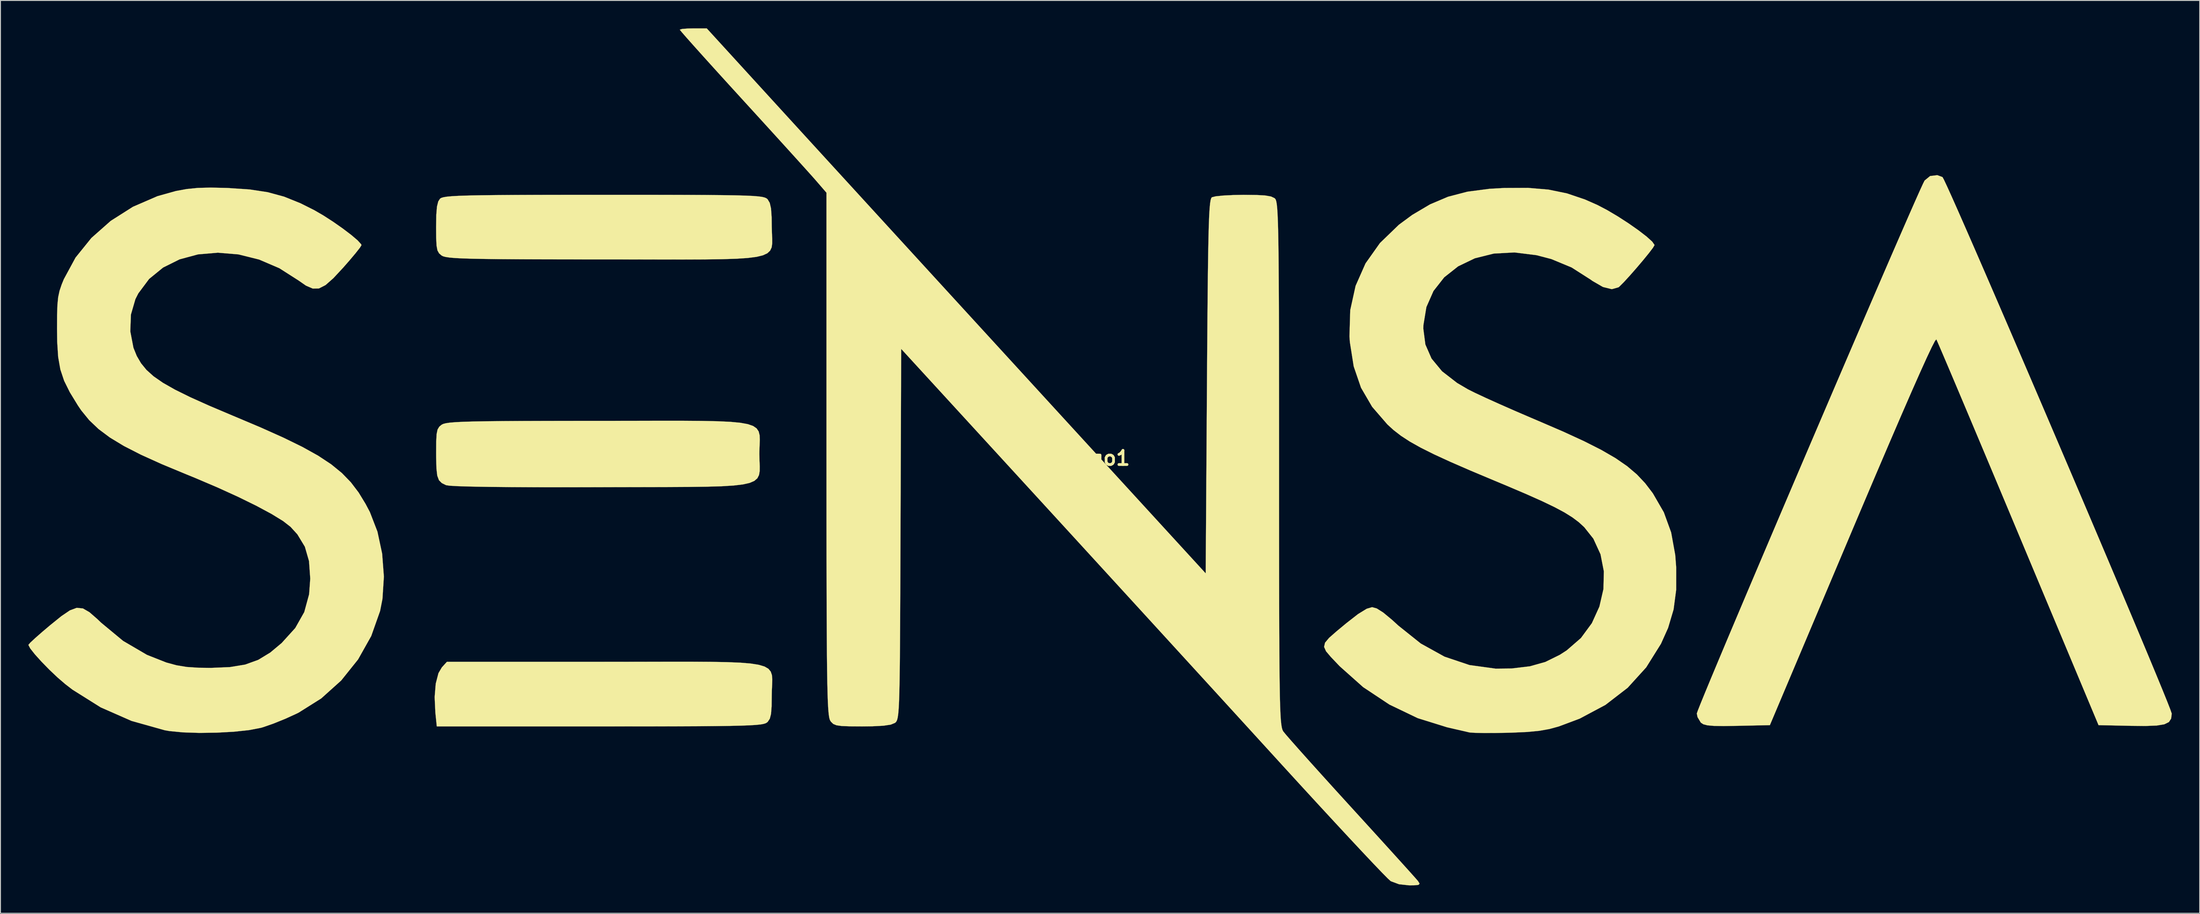
<source format=kicad_pcb>
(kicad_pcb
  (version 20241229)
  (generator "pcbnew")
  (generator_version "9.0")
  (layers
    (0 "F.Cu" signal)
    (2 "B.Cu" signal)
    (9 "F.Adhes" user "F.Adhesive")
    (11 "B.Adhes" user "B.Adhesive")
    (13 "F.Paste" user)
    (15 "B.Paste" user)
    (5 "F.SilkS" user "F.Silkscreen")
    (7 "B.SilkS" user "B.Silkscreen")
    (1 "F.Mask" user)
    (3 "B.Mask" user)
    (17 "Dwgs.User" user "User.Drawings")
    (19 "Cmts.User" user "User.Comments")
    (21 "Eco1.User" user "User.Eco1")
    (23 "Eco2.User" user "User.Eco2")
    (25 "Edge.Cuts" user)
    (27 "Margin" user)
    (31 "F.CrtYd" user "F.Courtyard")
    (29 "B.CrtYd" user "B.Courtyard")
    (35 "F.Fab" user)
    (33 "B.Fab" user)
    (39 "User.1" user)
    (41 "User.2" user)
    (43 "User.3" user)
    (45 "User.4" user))
  (footprint "logo1"
    (layer "F.Cu")
    (at 115.227 46.26)
    (property "Reference" "logo1" (at 0 0 0) (layer "F.SilkS") (effects (font (size 1.524 1.524) (thickness 0.3))))
    (attr through_hole)
    (fp_poly (pts (xy -41.902 21.926) (xy -40.112 21.958) (xy -38.671 22.017) (xy -37.542 22.111) (xy -36.688 22.247) (xy -36.071 22.432) (xy -35.655 22.673) (xy -35.403 22.979) (xy -35.276 23.356) (xy -35.239 23.812) (xy -35.254 24.354) (xy -35.283 24.99) (xy -35.293 25.492) (xy -35.31 26.722) (xy -35.373 27.534) (xy -35.503 28.046) (xy -35.719 28.373) (xy -35.782 28.433) (xy -35.916 28.522) (xy -36.133 28.598) (xy -36.472 28.663) (xy -36.973 28.716) (xy -37.672 28.76) (xy -38.61 28.795) (xy -39.825 28.823) (xy -41.355 28.843) (xy -43.239 28.858) (xy -45.517 28.867) (xy -48.226 28.873) (xy -51.405 28.875) (xy -53.792 28.876) (xy -71.313 28.876) (xy -71.467 27.375) (xy -71.543 25.723) (xy -71.426 24.276) (xy -71.133 23.143) (xy -70.771 22.526) (xy -70.225 21.924) (xy -53.293 21.924) (xy -49.736 21.921) (xy -46.677 21.915) (xy -44.077 21.914) (xy -41.902 21.926)) (stroke (width 0.01) (type solid)) (fill yes) (layer "F.SilkS"))
    (fp_poly (pts (xy -44.95 -4.02) (xy -42.843 -4.006) (xy -41.119 -3.97) (xy -39.741 -3.906) (xy -38.67 -3.805) (xy -37.868 -3.658) (xy -37.299 -3.46) (xy -36.923 -3.2) (xy -36.703 -2.873) (xy -36.601 -2.469) (xy -36.58 -1.982) (xy -36.601 -1.403) (xy -36.626 -0.725) (xy -36.629 -0.442) (xy -36.613 0.269) (xy -36.587 0.878) (xy -36.592 1.392) (xy -36.665 1.821) (xy -36.843 2.171) (xy -37.167 2.451) (xy -37.672 2.669) (xy -38.398 2.832) (xy -39.383 2.949) (xy -40.665 3.028) (xy -42.282 3.076) (xy -44.272 3.102) (xy -46.674 3.114) (xy -49.525 3.119) (xy -52.864 3.125) (xy -53.702 3.128) (xy -57.322 3.135) (xy -60.539 3.132) (xy -63.334 3.119) (xy -65.687 3.097) (xy -67.582 3.064) (xy -68.997 3.022) (xy -69.915 2.971) (xy -70.31 2.914) (xy -70.773 2.686) (xy -71.079 2.379) (xy -71.262 1.888) (xy -71.351 1.109) (xy -71.381 -0.064) (xy -71.383 -0.586) (xy -71.375 -1.798) (xy -71.331 -2.59) (xy -71.228 -3.081) (xy -71.044 -3.386) (xy -70.793 -3.594) (xy -70.619 -3.681) (xy -70.339 -3.755) (xy -69.912 -3.818) (xy -69.298 -3.869) (xy -68.458 -3.911) (xy -67.352 -3.944) (xy -65.939 -3.969) (xy -64.179 -3.987) (xy -62.033 -3.999) (xy -59.461 -4.006) (xy -56.423 -4.01) (xy -53.949 -4.011) (xy -50.465 -4.014) (xy -47.478 -4.02) (xy -44.95 -4.02)) (stroke (width 0.01) (type solid)) (fill yes) (layer "F.SilkS"))
    (fp_poly (pts (xy -49.902 -28.34) (xy -46.938 -28.338) (xy -44.429 -28.332) (xy -42.337 -28.322) (xy -40.622 -28.307) (xy -39.245 -28.286) (xy -38.166 -28.257) (xy -37.345 -28.22) (xy -36.745 -28.173) (xy -36.324 -28.116) (xy -36.045 -28.046) (xy -35.866 -27.964) (xy -35.75 -27.868) (xy -35.735 -27.852) (xy -35.51 -27.471) (xy -35.372 -26.863) (xy -35.306 -25.916) (xy -35.293 -24.911) (xy -35.275 -24.215) (xy -35.246 -23.616) (xy -35.245 -23.108) (xy -35.306 -22.682) (xy -35.469 -22.332) (xy -35.769 -22.05) (xy -36.244 -21.829) (xy -36.932 -21.662) (xy -37.869 -21.542) (xy -39.092 -21.461) (xy -40.639 -21.411) (xy -42.547 -21.386) (xy -44.853 -21.379) (xy -47.593 -21.382) (xy -50.806 -21.388) (xy -53.281 -21.389) (xy -56.749 -21.391) (xy -59.722 -21.395) (xy -62.238 -21.403) (xy -64.337 -21.416) (xy -66.058 -21.435) (xy -67.439 -21.461) (xy -68.521 -21.494) (xy -69.341 -21.536) (xy -69.94 -21.587) (xy -70.356 -21.649) (xy -70.629 -21.723) (xy -70.793 -21.806) (xy -71.067 -22.041) (xy -71.241 -22.357) (xy -71.338 -22.871) (xy -71.379 -23.697) (xy -71.387 -24.861) (xy -71.366 -26.183) (xy -71.294 -27.071) (xy -71.157 -27.625) (xy -70.967 -27.921) (xy -70.837 -28.006) (xy -70.604 -28.079) (xy -70.231 -28.141) (xy -69.677 -28.192) (xy -68.906 -28.234) (xy -67.878 -28.268) (xy -66.554 -28.294) (xy -64.897 -28.313) (xy -62.868 -28.326) (xy -60.428 -28.335) (xy -57.538 -28.339) (xy -54.161 -28.341) (xy -53.362 -28.341) (xy -49.902 -28.34)) (stroke (width 0.01) (type solid)) (fill yes) (layer "F.SilkS"))
    (fp_poly (pts (xy 90.585 -30.251) (xy 90.735 -29.98) (xy 91.076 -29.253) (xy 91.594 -28.109) (xy 92.271 -26.584) (xy 93.091 -24.716) (xy 94.04 -22.542) (xy 95.1 -20.1) (xy 96.256 -17.427) (xy 97.492 -14.561) (xy 98.791 -11.539) (xy 100.139 -8.398) (xy 101.518 -5.177) (xy 102.913 -1.911) (xy 104.308 1.36) (xy 105.688 4.6) (xy 107.035 7.772) (xy 108.334 10.838) (xy 109.569 13.76) (xy 110.724 16.501) (xy 111.783 19.024) (xy 112.731 21.291) (xy 113.55 23.265) (xy 114.226 24.908) (xy 114.742 26.183) (xy 115.082 27.053) (xy 115.23 27.48) (xy 115.236 27.511) (xy 115.172 28.034) (xy 114.931 28.407) (xy 114.441 28.649) (xy 113.631 28.784) (xy 112.428 28.831) (xy 110.872 28.817) (xy 107.364 28.742) (xy 98.753 8.155) (xy 97.435 5.005) (xy 96.173 1.994) (xy 94.983 -0.842) (xy 93.88 -3.465) (xy 92.881 -5.838) (xy 92.001 -7.925) (xy 91.255 -9.688) (xy 90.658 -11.091) (xy 90.228 -12.096) (xy 89.978 -12.667) (xy 89.922 -12.785) (xy 89.777 -12.611) (xy 89.433 -11.949) (xy 88.894 -10.807) (xy 88.164 -9.193) (xy 87.245 -7.115) (xy 86.142 -4.579) (xy 84.857 -1.593) (xy 83.393 1.834) (xy 81.755 5.696) (xy 80.865 7.802) (xy 72.027 28.742) (xy 68.526 28.817) (xy 67.042 28.838) (xy 66 28.822) (xy 65.309 28.762) (xy 64.875 28.649) (xy 64.607 28.474) (xy 64.596 28.463) (xy 64.246 27.879) (xy 64.168 27.487) (xy 64.272 27.184) (xy 64.571 26.427) (xy 65.049 25.255) (xy 65.691 23.704) (xy 66.481 21.813) (xy 67.401 19.619) (xy 68.438 17.16) (xy 69.573 14.474) (xy 70.792 11.597) (xy 72.078 8.569) (xy 73.414 5.425) (xy 74.786 2.205) (xy 76.177 -1.055) (xy 77.571 -4.316) (xy 78.951 -7.541) (xy 80.302 -10.693) (xy 81.608 -13.734) (xy 82.852 -16.626) (xy 84.018 -19.331) (xy 85.091 -21.812) (xy 86.055 -24.031) (xy 86.892 -25.951) (xy 87.588 -27.534) (xy 88.126 -28.742) (xy 88.49 -29.538) (xy 88.661 -29.878) (xy 89.253 -30.363) (xy 90.029 -30.457) (xy 90.585 -30.251)) (stroke (width 0.01) (type solid)) (fill yes) (layer "F.SilkS"))
    (fp_poly (pts (xy 48.213 -28.904) (xy 50.204 -28.496) (xy 52.143 -27.838) (xy 53.474 -27.251) (xy 54.522 -26.702) (xy 55.668 -26.023) (xy 56.819 -25.278) (xy 57.883 -24.532) (xy 58.766 -23.851) (xy 59.377 -23.3) (xy 59.622 -22.944) (xy 59.623 -22.929) (xy 59.458 -22.644) (xy 59.02 -22.068) (xy 58.4 -21.306) (xy 57.685 -20.463) (xy 56.965 -19.642) (xy 56.329 -18.947) (xy 55.865 -18.483) (xy 55.749 -18.386) (xy 55.031 -18.184) (xy 54.078 -18.419) (xy 52.944 -19.074) (xy 52.764 -19.206) (xy 50.709 -20.52) (xy 48.53 -21.425) (xy 46.94 -21.841) (xy 44.567 -22.138) (xy 42.337 -22.016) (xy 40.302 -21.508) (xy 38.51 -20.646) (xy 37.011 -19.462) (xy 35.855 -17.989) (xy 35.092 -16.259) (xy 34.771 -14.304) (xy 34.764 -13.922) (xy 34.984 -12.229) (xy 35.646 -10.715) (xy 36.776 -9.347) (xy 38.398 -8.089) (xy 39.571 -7.4) (xy 40.329 -7.021) (xy 41.483 -6.482) (xy 42.934 -5.827) (xy 44.583 -5.1) (xy 46.333 -4.346) (xy 47.097 -4.021) (xy 49.794 -2.858) (xy 52.042 -1.824) (xy 53.9 -0.883) (xy 55.427 0.002) (xy 56.682 0.869) (xy 57.723 1.754) (xy 58.61 2.696) (xy 59.401 3.732) (xy 59.455 3.81) (xy 60.624 5.834) (xy 61.41 7.997) (xy 61.85 10.425) (xy 61.952 11.764) (xy 61.95 14.178) (xy 61.672 16.289) (xy 61.082 18.275) (xy 60.315 19.984) (xy 58.727 22.524) (xy 56.735 24.719) (xy 54.348 26.56) (xy 51.578 28.039) (xy 49.329 28.882) (xy 48.313 29.16) (xy 47.233 29.352) (xy 45.943 29.476) (xy 44.298 29.55) (xy 43.848 29.562) (xy 42.47 29.585) (xy 41.251 29.587) (xy 40.307 29.569) (xy 39.757 29.532) (xy 39.704 29.523) (xy 39.18 29.401) (xy 38.321 29.204) (xy 37.316 28.973) (xy 34.16 27.989) (xy 31.118 26.527) (xy 28.29 24.648) (xy 25.776 22.407) (xy 25.585 22.207) (xy 24.807 21.388) (xy 24.302 20.791) (xy 24.091 20.317) (xy 24.194 19.868) (xy 24.63 19.346) (xy 25.421 18.65) (xy 26.486 17.766) (xy 27.744 16.785) (xy 28.676 16.212) (xy 29.255 16.042) (xy 29.756 16.18) (xy 30.453 16.622) (xy 31.403 17.409) (xy 32.091 18.038) (xy 34.492 19.957) (xy 37.043 21.371) (xy 39.729 22.274) (xy 42.535 22.659) (xy 44.249 22.642) (xy 46.221 22.407) (xy 47.883 21.939) (xy 49.437 21.172) (xy 50.179 20.694) (xy 51.709 19.365) (xy 52.885 17.765) (xy 53.696 15.979) (xy 54.13 14.091) (xy 54.174 12.187) (xy 53.816 10.351) (xy 53.045 8.669) (xy 52.062 7.43) (xy 51.477 6.894) (xy 50.79 6.377) (xy 49.941 5.847) (xy 48.869 5.273) (xy 47.511 4.621) (xy 45.808 3.861) (xy 43.697 2.961) (xy 42.425 2.43) (xy 39.831 1.34) (xy 37.681 0.404) (xy 35.916 -0.408) (xy 34.479 -1.127) (xy 33.312 -1.782) (xy 32.356 -2.406) (xy 31.554 -3.027) (xy 30.898 -3.627) (xy 29.259 -5.523) (xy 28.063 -7.577) (xy 27.277 -9.87) (xy 26.865 -12.485) (xy 26.821 -13.101) (xy 26.904 -15.924) (xy 27.481 -18.546) (xy 28.547 -20.958) (xy 30.1 -23.152) (xy 32.134 -25.119) (xy 33.573 -26.18) (xy 35.486 -27.313) (xy 37.417 -28.133) (xy 39.502 -28.678) (xy 41.878 -28.989) (xy 43.466 -29.079) (xy 46.018 -29.089) (xy 48.213 -28.904)) (stroke (width 0.01) (type solid)) (fill yes) (layer "F.SilkS"))
    (fp_poly (pts (xy -93.89 -29.08) (xy -93.748 -29.074) (xy -91.446 -28.92) (xy -89.496 -28.624) (xy -87.726 -28.142) (xy -85.962 -27.429) (xy -84.501 -26.696) (xy -83.517 -26.126) (xy -82.46 -25.443) (xy -81.427 -24.719) (xy -80.515 -24.026) (xy -79.823 -23.437) (xy -79.449 -23.024) (xy -79.409 -22.921) (xy -79.577 -22.649) (xy -80.031 -22.071) (xy -80.698 -21.277) (xy -81.365 -20.515) (xy -82.43 -19.369) (xy -83.271 -18.627) (xy -83.981 -18.264) (xy -84.651 -18.251) (xy -85.375 -18.563) (xy -86.177 -19.121) (xy -88.238 -20.439) (xy -90.413 -21.372) (xy -92.638 -21.927) (xy -94.848 -22.111) (xy -96.978 -21.931) (xy -98.963 -21.396) (xy -100.739 -20.513) (xy -102.242 -19.288) (xy -103.405 -17.729) (xy -103.718 -17.112) (xy -104.199 -15.452) (xy -104.267 -13.646) (xy -103.929 -11.879) (xy -103.569 -10.99) (xy -103.114 -10.213) (xy -102.529 -9.495) (xy -101.761 -8.804) (xy -100.757 -8.107) (xy -99.462 -7.37) (xy -97.825 -6.561) (xy -95.792 -5.647) (xy -93.309 -4.594) (xy -93.142 -4.525) (xy -90.244 -3.299) (xy -87.801 -2.204) (xy -85.759 -1.204) (xy -84.066 -0.26) (xy -82.668 0.665) (xy -81.513 1.608) (xy -80.547 2.607) (xy -79.717 3.699) (xy -78.972 4.922) (xy -78.504 5.81) (xy -77.694 7.907) (xy -77.187 10.28) (xy -77 12.754) (xy -77.153 15.153) (xy -77.407 16.454) (xy -78.36 19.149) (xy -79.775 21.668) (xy -81.589 23.934) (xy -83.739 25.867) (xy -86.16 27.39) (xy -86.377 27.499) (xy -87.606 28.06) (xy -88.883 28.577) (xy -89.98 28.959) (xy -90.237 29.033) (xy -91.503 29.276) (xy -93.135 29.45) (xy -94.972 29.551) (xy -96.848 29.576) (xy -98.601 29.52) (xy -100.066 29.378) (xy -100.551 29.294) (xy -104.133 28.288) (xy -107.453 26.826) (xy -110.487 24.919) (xy -111.263 24.321) (xy -112.092 23.608) (xy -112.971 22.774) (xy -113.811 21.913) (xy -114.526 21.12) (xy -115.025 20.489) (xy -115.222 20.113) (xy -115.222 20.098) (xy -115.023 19.865) (xy -114.493 19.37) (xy -113.716 18.688) (xy -112.883 17.983) (xy -111.677 17.008) (xy -110.76 16.386) (xy -110.023 16.112) (xy -109.359 16.18) (xy -108.657 16.586) (xy -107.811 17.323) (xy -107.404 17.713) (xy -105.037 19.676) (xy -102.474 21.177) (xy -100.397 21.998) (xy -99.3 22.297) (xy -98.2 22.478) (xy -96.91 22.563) (xy -95.584 22.578) (xy -93.559 22.492) (xy -91.914 22.221) (xy -90.512 21.715) (xy -89.217 20.927) (xy -87.995 19.905) (xy -86.532 18.29) (xy -85.562 16.571) (xy -85.04 14.652) (xy -84.918 12.967) (xy -85.051 11.083) (xy -85.497 9.536) (xy -86.305 8.201) (xy -87.042 7.392) (xy -87.839 6.772) (xy -89.081 6.009) (xy -90.708 5.133) (xy -92.661 4.174) (xy -94.879 3.163) (xy -97.301 2.13) (xy -98.19 1.767) (xy -100.881 0.648) (xy -103.117 -0.364) (xy -104.957 -1.306) (xy -106.459 -2.216) (xy -107.683 -3.131) (xy -108.688 -4.089) (xy -109.534 -5.127) (xy -109.897 -5.66) (xy -110.766 -7.082) (xy -111.382 -8.325) (xy -111.787 -9.541) (xy -112.022 -10.88) (xy -112.127 -12.492) (xy -112.146 -13.903) (xy -112.139 -15.403) (xy -112.103 -16.5) (xy -112.021 -17.326) (xy -111.875 -18.011) (xy -111.646 -18.689) (xy -111.416 -19.254) (xy -110.155 -21.584) (xy -108.452 -23.695) (xy -106.373 -25.535) (xy -103.984 -27.053) (xy -101.351 -28.195) (xy -99.363 -28.752) (xy -98.201 -28.964) (xy -97.01 -29.084) (xy -95.628 -29.119) (xy -93.89 -29.08)) (stroke (width 0.01) (type solid)) (fill yes) (layer "F.SilkS"))
    (fp_poly (pts (xy -34.047 -37.231) (xy -32.659 -35.711) (xy -30.95 -33.84) (xy -28.96 -31.663) (xy -26.729 -29.224) (xy -24.298 -26.565) (xy -21.707 -23.732) (xy -18.996 -20.768) (xy -16.205 -17.717) (xy -13.374 -14.623) (xy -10.543 -11.53) (xy -7.753 -8.481) (xy -7.223 -7.902) (xy 11.363 12.403) (xy 11.497 -7.712) (xy 11.523 -11.517) (xy 11.549 -14.823) (xy 11.574 -17.663) (xy 11.601 -20.072) (xy 11.63 -22.085) (xy 11.662 -23.737) (xy 11.697 -25.061) (xy 11.737 -26.094) (xy 11.783 -26.868) (xy 11.835 -27.42) (xy 11.895 -27.784) (xy 11.963 -27.993) (xy 12.032 -28.079) (xy 12.451 -28.182) (xy 13.277 -28.266) (xy 14.385 -28.32) (xy 15.421 -28.337) (xy 16.816 -28.323) (xy 17.773 -28.268) (xy 18.387 -28.16) (xy 18.752 -27.989) (xy 18.83 -27.921) (xy 18.898 -27.813) (xy 18.958 -27.614) (xy 19.011 -27.293) (xy 19.057 -26.82) (xy 19.097 -26.165) (xy 19.131 -25.299) (xy 19.16 -24.191) (xy 19.184 -22.812) (xy 19.203 -21.132) (xy 19.219 -19.12) (xy 19.23 -16.748) (xy 19.239 -13.984) (xy 19.245 -10.799) (xy 19.248 -7.164) (xy 19.25 -3.047) (xy 19.251 0.628) (xy 19.251 5.135) (xy 19.253 9.138) (xy 19.256 12.668) (xy 19.262 15.754) (xy 19.27 18.428) (xy 19.281 20.72) (xy 19.296 22.661) (xy 19.316 24.282) (xy 19.339 25.612) (xy 19.368 26.682) (xy 19.403 27.524) (xy 19.443 28.168) (xy 19.491 28.643) (xy 19.545 28.982) (xy 19.606 29.214) (xy 19.676 29.369) (xy 19.707 29.418) (xy 19.987 29.761) (xy 20.585 30.45) (xy 21.458 31.437) (xy 22.565 32.675) (xy 23.861 34.114) (xy 25.303 35.708) (xy 26.85 37.408) (xy 26.993 37.565) (xy 28.541 39.264) (xy 29.986 40.852) (xy 31.284 42.283) (xy 32.395 43.51) (xy 33.276 44.487) (xy 33.884 45.168) (xy 34.179 45.506) (xy 34.19 45.519) (xy 34.361 45.798) (xy 34.244 45.936) (xy 33.74 45.982) (xy 33.253 45.986) (xy 32.145 45.865) (xy 31.281 45.544) (xy 31.24 45.518) (xy 30.939 45.242) (xy 30.311 44.605) (xy 29.389 43.642) (xy 28.207 42.387) (xy 26.796 40.876) (xy 25.189 39.143) (xy 23.419 37.224) (xy 21.518 35.154) (xy 19.519 32.967) (xy 19.08 32.485) (xy 16.912 30.107) (xy 14.447 27.404) (xy 11.75 24.449) (xy 8.884 21.312) (xy 5.916 18.063) (xy 2.908 14.773) (xy -0.074 11.512) (xy -2.965 8.351) (xy -5.702 5.361) (xy -6.874 4.081) (xy -21.379 -11.756) (xy -21.451 8.18) (xy -21.465 11.921) (xy -21.479 15.163) (xy -21.493 17.943) (xy -21.508 20.298) (xy -21.526 22.263) (xy -21.549 23.876) (xy -21.576 25.173) (xy -21.608 26.19) (xy -21.648 26.963) (xy -21.696 27.53) (xy -21.753 27.926) (xy -21.82 28.187) (xy -21.898 28.351) (xy -21.989 28.454) (xy -22.042 28.496) (xy -22.494 28.684) (xy -23.285 28.804) (xy -24.487 28.865) (xy -25.57 28.876) (xy -26.886 28.869) (xy -27.773 28.835) (xy -28.336 28.756) (xy -28.681 28.614) (xy -28.914 28.39) (xy -28.994 28.282) (xy -29.061 28.143) (xy -29.121 27.91) (xy -29.173 27.552) (xy -29.219 27.04) (xy -29.259 26.342) (xy -29.293 25.431) (xy -29.321 24.274) (xy -29.345 22.843) (xy -29.364 21.107) (xy -29.379 19.036) (xy -29.391 16.6) (xy -29.399 13.77) (xy -29.405 10.515) (xy -29.409 6.804) (xy -29.41 2.609) (xy -29.411 -0.439) (xy -29.411 -28.565) (xy -30.547 -29.88) (xy -30.988 -30.38) (xy -31.742 -31.22) (xy -32.759 -32.347) (xy -33.99 -33.706) (xy -35.387 -35.243) (xy -36.9 -36.905) (xy -38.434 -38.586) (xy -39.956 -40.256) (xy -41.358 -41.801) (xy -42.601 -43.177) (xy -43.644 -44.34) (xy -44.449 -45.246) (xy -44.975 -45.851) (xy -45.183 -46.11) (xy -45.185 -46.116) (xy -44.944 -46.192) (xy -44.321 -46.243) (xy -43.735 -46.255) (xy -42.284 -46.255) (xy -34.047 -37.231)) (stroke (width 0.01) (type solid)) (fill yes) (layer "F.SilkS")))
  (gr_rect
    (start -3 -3)
    (end 233.468 95.251)
    (stroke (width 0.1) (type default))
    (fill no)
    (layer "Edge.Cuts")))
</source>
